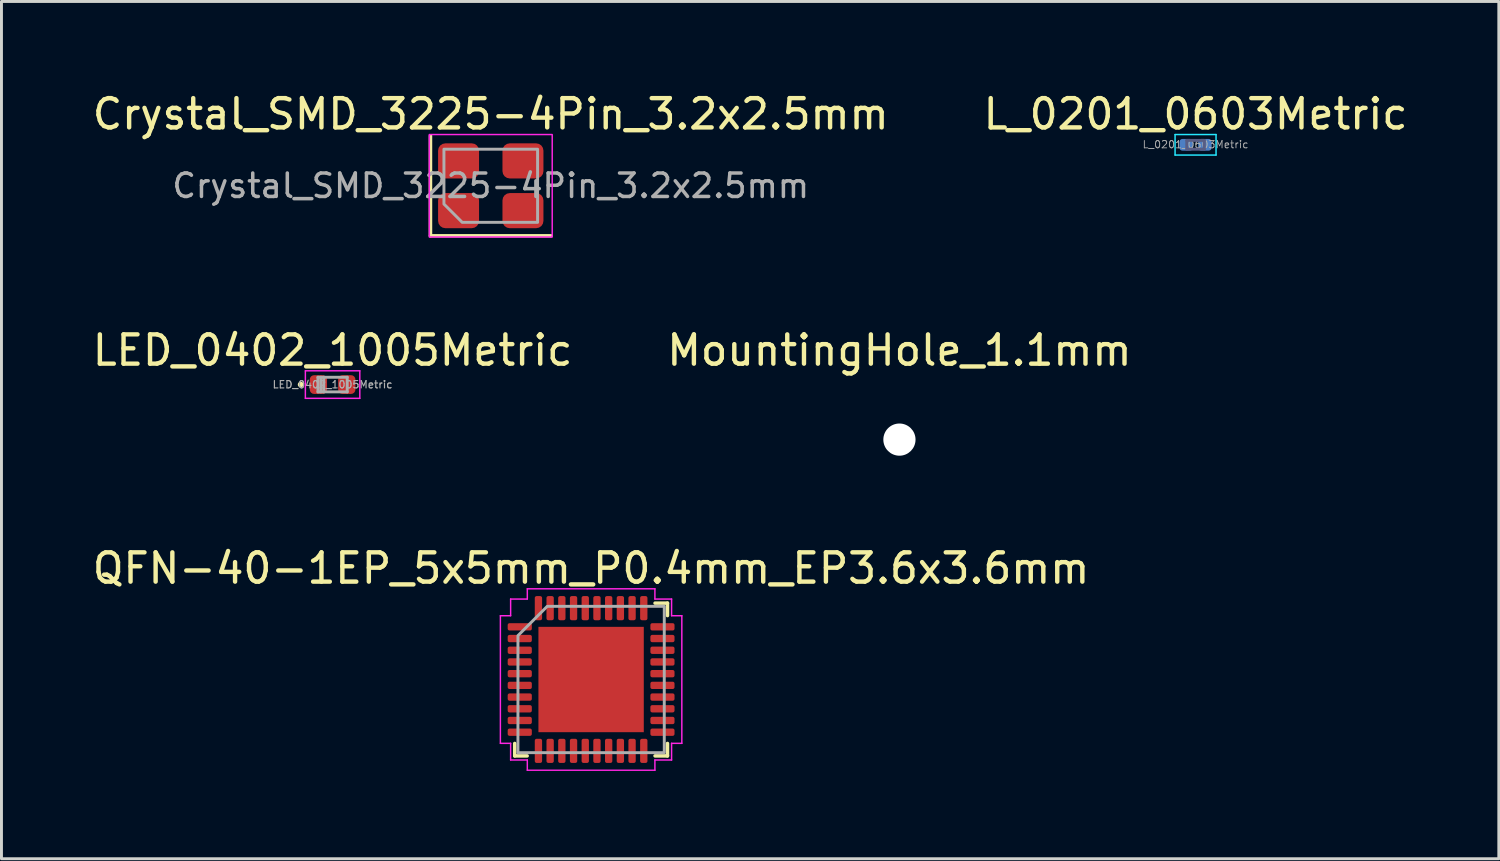
<source format=kicad_pcb>
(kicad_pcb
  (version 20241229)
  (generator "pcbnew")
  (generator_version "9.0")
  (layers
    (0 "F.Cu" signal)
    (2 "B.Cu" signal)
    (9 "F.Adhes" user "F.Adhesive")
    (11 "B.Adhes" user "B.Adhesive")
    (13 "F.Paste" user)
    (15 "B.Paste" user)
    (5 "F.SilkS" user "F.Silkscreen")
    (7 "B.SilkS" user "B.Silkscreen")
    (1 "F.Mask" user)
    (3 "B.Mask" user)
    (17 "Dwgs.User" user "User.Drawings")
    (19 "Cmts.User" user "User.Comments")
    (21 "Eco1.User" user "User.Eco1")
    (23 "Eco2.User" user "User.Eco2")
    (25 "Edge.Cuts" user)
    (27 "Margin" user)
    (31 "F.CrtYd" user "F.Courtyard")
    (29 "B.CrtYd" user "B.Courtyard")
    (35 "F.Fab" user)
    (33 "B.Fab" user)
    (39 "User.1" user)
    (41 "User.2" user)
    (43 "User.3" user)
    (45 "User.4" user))
  (footprint "QFN-40-1EP_5x5mm_P0.4mm_EP3.6x3.6mm"
    (layer "F.Cu")
    (at 17.149 20.17)
    (property "Reference" "QFN-40-1EP_5x5mm_P0.4mm_EP3.6x3.6mm" (at 0 -3.8 0) (layer "F.SilkS") (effects (font (size 1 1) (thickness 0.15))))
    (attr smd)
    (fp_line (start -2.61 2.61) (end -2.61 2.185) (stroke (width 0.12) (type solid)) (layer "F.SilkS"))
    (fp_line (start -2.185 2.61) (end -2.61 2.61) (stroke (width 0.12) (type solid)) (layer "F.SilkS"))
    (fp_line (start 2.185 -2.61) (end 2.61 -2.61) (stroke (width 0.12) (type solid)) (layer "F.SilkS"))
    (fp_line (start 2.61 -2.61) (end 2.61 -2.185) (stroke (width 0.12) (type solid)) (layer "F.SilkS"))
    (fp_line (start 2.61 2.185) (end 2.61 2.61) (stroke (width 0.12) (type solid)) (layer "F.SilkS"))
    (fp_line (start 2.61 2.61) (end 2.185 2.61) (stroke (width 0.12) (type solid)) (layer "F.SilkS"))
    (fp_line (start -3.1 -2.18) (end -2.75 -2.18) (stroke (width 0.05) (type solid)) (layer "F.CrtYd"))
    (fp_line (start -3.1 2.18) (end -3.1 -2.18) (stroke (width 0.05) (type solid)) (layer "F.CrtYd"))
    (fp_line (start -2.75 -2.75) (end -2.18 -2.75) (stroke (width 0.05) (type solid)) (layer "F.CrtYd"))
    (fp_line (start -2.75 -2.18) (end -2.75 -2.75) (stroke (width 0.05) (type solid)) (layer "F.CrtYd"))
    (fp_line (start -2.75 2.18) (end -3.1 2.18) (stroke (width 0.05) (type solid)) (layer "F.CrtYd"))
    (fp_line (start -2.75 2.75) (end -2.75 2.18) (stroke (width 0.05) (type solid)) (layer "F.CrtYd"))
    (fp_line (start -2.18 -3.1) (end 2.18 -3.1) (stroke (width 0.05) (type solid)) (layer "F.CrtYd"))
    (fp_line (start -2.18 -2.75) (end -2.18 -3.1) (stroke (width 0.05) (type solid)) (layer "F.CrtYd"))
    (fp_line (start -2.18 2.75) (end -2.75 2.75) (stroke (width 0.05) (type solid)) (layer "F.CrtYd"))
    (fp_line (start -2.18 3.1) (end -2.18 2.75) (stroke (width 0.05) (type solid)) (layer "F.CrtYd"))
    (fp_line (start 2.18 -3.1) (end 2.18 -2.75) (stroke (width 0.05) (type solid)) (layer "F.CrtYd"))
    (fp_line (start 2.18 -2.75) (end 2.75 -2.75) (stroke (width 0.05) (type solid)) (layer "F.CrtYd"))
    (fp_line (start 2.18 2.75) (end 2.18 3.1) (stroke (width 0.05) (type solid)) (layer "F.CrtYd"))
    (fp_line (start 2.18 3.1) (end -2.18 3.1) (stroke (width 0.05) (type solid)) (layer "F.CrtYd"))
    (fp_line (start 2.75 -2.75) (end 2.75 -2.18) (stroke (width 0.05) (type solid)) (layer "F.CrtYd"))
    (fp_line (start 2.75 -2.18) (end 3.1 -2.18) (stroke (width 0.05) (type solid)) (layer "F.CrtYd"))
    (fp_line (start 2.75 2.18) (end 2.75 2.75) (stroke (width 0.05) (type solid)) (layer "F.CrtYd"))
    (fp_line (start 2.75 2.75) (end 2.18 2.75) (stroke (width 0.05) (type solid)) (layer "F.CrtYd"))
    (fp_line (start 3.1 -2.18) (end 3.1 2.18) (stroke (width 0.05) (type solid)) (layer "F.CrtYd"))
    (fp_line (start 3.1 2.18) (end 2.75 2.18) (stroke (width 0.05) (type solid)) (layer "F.CrtYd"))
    (fp_poly (pts (xy -2.5 -1.5) (xy -2.5 2.5) (xy 2.5 2.5) (xy 2.5 -2.5) (xy -1.5 -2.5)) (stroke (width 0.1) (type solid)) (fill no) (layer "F.Fab"))
    (pad "" smd roundrect (at -1.2 -1.2) (size 0.97 0.97) (layers "F.Paste") (roundrect_rratio 0.25))
    (pad "" smd roundrect (at -1.2 0) (size 0.97 0.97) (layers "F.Paste") (roundrect_rratio 0.25))
    (pad "" smd roundrect (at -1.2 1.2) (size 0.97 0.97) (layers "F.Paste") (roundrect_rratio 0.25))
    (pad "" smd roundrect (at 0 -1.2) (size 0.97 0.97) (layers "F.Paste") (roundrect_rratio 0.25))
    (pad "" smd roundrect (at 0 0) (size 0.97 0.97) (layers "F.Paste") (roundrect_rratio 0.25))
    (pad "" smd roundrect (at 0 1.2) (size 0.97 0.97) (layers "F.Paste") (roundrect_rratio 0.25))
    (pad "" smd roundrect (at 1.2 -1.2) (size 0.97 0.97) (layers "F.Paste") (roundrect_rratio 0.25))
    (pad "" smd roundrect (at 1.2 0) (size 0.97 0.97) (layers "F.Paste") (roundrect_rratio 0.25))
    (pad "" smd roundrect (at 1.2 1.2) (size 0.97 0.97) (layers "F.Paste") (roundrect_rratio 0.25))
    (pad "1" smd roundrect (at -2.438 -1.8) (size 0.825 0.25) (layers "F.Cu" "F.Mask" "F.Paste") (roundrect_rratio 0.25))
    (pad "2" smd roundrect (at -2.438 -1.4) (size 0.825 0.25) (layers "F.Cu" "F.Mask" "F.Paste") (roundrect_rratio 0.25))
    (pad "3" smd roundrect (at -2.438 -1) (size 0.825 0.25) (layers "F.Cu" "F.Mask" "F.Paste") (roundrect_rratio 0.25))
    (pad "4" smd roundrect (at -2.438 -0.6) (size 0.825 0.25) (layers "F.Cu" "F.Mask" "F.Paste") (roundrect_rratio 0.25))
    (pad "5" smd roundrect (at -2.438 -0.2) (size 0.825 0.25) (layers "F.Cu" "F.Mask" "F.Paste") (roundrect_rratio 0.25))
    (pad "6" smd roundrect (at -2.438 0.2) (size 0.825 0.25) (layers "F.Cu" "F.Mask" "F.Paste") (roundrect_rratio 0.25))
    (pad "7" smd roundrect (at -2.438 0.6) (size 0.825 0.25) (layers "F.Cu" "F.Mask" "F.Paste") (roundrect_rratio 0.25))
    (pad "8" smd roundrect (at -2.438 1) (size 0.825 0.25) (layers "F.Cu" "F.Mask" "F.Paste") (roundrect_rratio 0.25))
    (pad "9" smd roundrect (at -2.438 1.4) (size 0.825 0.25) (layers "F.Cu" "F.Mask" "F.Paste") (roundrect_rratio 0.25))
    (pad "10" smd roundrect (at -2.438 1.8) (size 0.825 0.25) (layers "F.Cu" "F.Mask" "F.Paste") (roundrect_rratio 0.25))
    (pad "11" smd roundrect (at -1.8 2.438) (size 0.25 0.825) (layers "F.Cu" "F.Mask" "F.Paste") (roundrect_rratio 0.25))
    (pad "12" smd roundrect (at -1.4 2.438) (size 0.25 0.825) (layers "F.Cu" "F.Mask" "F.Paste") (roundrect_rratio 0.25))
    (pad "13" smd roundrect (at -1 2.438) (size 0.25 0.825) (layers "F.Cu" "F.Mask" "F.Paste") (roundrect_rratio 0.25))
    (pad "14" smd roundrect (at -0.6 2.438) (size 0.25 0.825) (layers "F.Cu" "F.Mask" "F.Paste") (roundrect_rratio 0.25))
    (pad "15" smd roundrect (at -0.2 2.438) (size 0.25 0.825) (layers "F.Cu" "F.Mask" "F.Paste") (roundrect_rratio 0.25))
    (pad "16" smd roundrect (at 0.2 2.438) (size 0.25 0.825) (layers "F.Cu" "F.Mask" "F.Paste") (roundrect_rratio 0.25))
    (pad "17" smd roundrect (at 0.6 2.438) (size 0.25 0.825) (layers "F.Cu" "F.Mask" "F.Paste") (roundrect_rratio 0.25))
    (pad "18" smd roundrect (at 1 2.438) (size 0.25 0.825) (layers "F.Cu" "F.Mask" "F.Paste") (roundrect_rratio 0.25))
    (pad "19" smd roundrect (at 1.4 2.438) (size 0.25 0.825) (layers "F.Cu" "F.Mask" "F.Paste") (roundrect_rratio 0.25))
    (pad "20" smd roundrect (at 1.8 2.438) (size 0.25 0.825) (layers "F.Cu" "F.Mask" "F.Paste") (roundrect_rratio 0.25))
    (pad "21" smd roundrect (at 2.438 1.8) (size 0.825 0.25) (layers "F.Cu" "F.Mask" "F.Paste") (roundrect_rratio 0.25))
    (pad "22" smd roundrect (at 2.438 1.4) (size 0.825 0.25) (layers "F.Cu" "F.Mask" "F.Paste") (roundrect_rratio 0.25))
    (pad "23" smd roundrect (at 2.438 1) (size 0.825 0.25) (layers "F.Cu" "F.Mask" "F.Paste") (roundrect_rratio 0.25))
    (pad "24" smd roundrect (at 2.438 0.6) (size 0.825 0.25) (layers "F.Cu" "F.Mask" "F.Paste") (roundrect_rratio 0.25))
    (pad "25" smd roundrect (at 2.438 0.2) (size 0.825 0.25) (layers "F.Cu" "F.Mask" "F.Paste") (roundrect_rratio 0.25))
    (pad "26" smd roundrect (at 2.438 -0.2) (size 0.825 0.25) (layers "F.Cu" "F.Mask" "F.Paste") (roundrect_rratio 0.25))
    (pad "27" smd roundrect (at 2.438 -0.6) (size 0.825 0.25) (layers "F.Cu" "F.Mask" "F.Paste") (roundrect_rratio 0.25))
    (pad "28" smd roundrect (at 2.438 -1) (size 0.825 0.25) (layers "F.Cu" "F.Mask" "F.Paste") (roundrect_rratio 0.25))
    (pad "29" smd roundrect (at 2.438 -1.4) (size 0.825 0.25) (layers "F.Cu" "F.Mask" "F.Paste") (roundrect_rratio 0.25))
    (pad "30" smd roundrect (at 2.438 -1.8) (size 0.825 0.25) (layers "F.Cu" "F.Mask" "F.Paste") (roundrect_rratio 0.25))
    (pad "31" smd roundrect (at 1.8 -2.438) (size 0.25 0.825) (layers "F.Cu" "F.Mask" "F.Paste") (roundrect_rratio 0.25))
    (pad "32" smd roundrect (at 1.4 -2.438) (size 0.25 0.825) (layers "F.Cu" "F.Mask" "F.Paste") (roundrect_rratio 0.25))
    (pad "33" smd roundrect (at 1 -2.438) (size 0.25 0.825) (layers "F.Cu" "F.Mask" "F.Paste") (roundrect_rratio 0.25))
    (pad "34" smd roundrect (at 0.6 -2.438) (size 0.25 0.825) (layers "F.Cu" "F.Mask" "F.Paste") (roundrect_rratio 0.25))
    (pad "35" smd roundrect (at 0.2 -2.438) (size 0.25 0.825) (layers "F.Cu" "F.Mask" "F.Paste") (roundrect_rratio 0.25))
    (pad "36" smd roundrect (at -0.2 -2.438) (size 0.25 0.825) (layers "F.Cu" "F.Mask" "F.Paste") (roundrect_rratio 0.25))
    (pad "37" smd roundrect (at -0.6 -2.438) (size 0.25 0.825) (layers "F.Cu" "F.Mask" "F.Paste") (roundrect_rratio 0.25))
    (pad "38" smd roundrect (at -1 -2.438) (size 0.25 0.825) (layers "F.Cu" "F.Mask" "F.Paste") (roundrect_rratio 0.25))
    (pad "39" smd roundrect (at -1.4 -2.438) (size 0.25 0.825) (layers "F.Cu" "F.Mask" "F.Paste") (roundrect_rratio 0.25))
    (pad "40" smd roundrect (at -1.8 -2.438) (size 0.25 0.825) (layers "F.Cu" "F.Mask" "F.Paste") (roundrect_rratio 0.25))
    (pad "41" smd rect (at 0 0) (size 3.6 3.6) (property pad_prop_heatsink) (layers "F.Cu" "F.Mask")))
  (footprint "L_0201_0603Metric"
    (layer "F.Cu")
    (at 37.804 1.898)
    (property "Reference" "L_0201_0603Metric" (at 0 -1.05 0) (layer "F.SilkS") (effects (font (size 1 1) (thickness 0.15))))
    (attr smd)
    (fp_line (start -0.7 -0.35) (end -0.7 0.35) (stroke (width 0.05) (type solid)) (layer "B.CrtYd"))
    (fp_line (start -0.7 0.35) (end 0.7 0.35) (stroke (width 0.05) (type solid)) (layer "B.CrtYd"))
    (fp_line (start 0.7 -0.35) (end -0.7 -0.35) (stroke (width 0.05) (type solid)) (layer "B.CrtYd"))
    (fp_line (start 0.7 0.35) (end 0.7 -0.35) (stroke (width 0.05) (type solid)) (layer "B.CrtYd"))
    (fp_line (start -0.3 -0.15) (end -0.3 0.15) (stroke (width 0.1) (type solid)) (layer "B.Fab"))
    (fp_line (start -0.3 0.15) (end 0.3 0.15) (stroke (width 0.1) (type solid)) (layer "B.Fab"))
    (fp_line (start 0.3 -0.15) (end -0.3 -0.15) (stroke (width 0.1) (type solid)) (layer "B.Fab"))
    (fp_line (start 0.3 0.15) (end 0.3 -0.15) (stroke (width 0.1) (type solid)) (layer "B.Fab"))
    (fp_text user "${REFERENCE}" (at 0 -0.01 0) (layer "F.Fab") (effects (font (size 0.25 0.25) (thickness 0.031))))
    (pad "" smd roundrect (at -0.345 0) (size 0.318 0.36) (layers "B.Paste") (roundrect_rratio 0.25))
    (pad "" smd roundrect (at 0.345 0) (size 0.318 0.36) (layers "B.Paste") (roundrect_rratio 0.25))
    (pad "1" smd roundrect (at 0.32 0) (size 0.46 0.4) (layers "B.Cu" "B.Mask") (roundrect_rratio 0.25))
    (pad "2" smd roundrect (at -0.32 0) (size 0.46 0.4) (layers "B.Cu" "B.Mask") (roundrect_rratio 0.25)))
  (footprint "Crystal_SMD_3225-4Pin_3.2x2.5mm"
    (layer "F.Cu")
    (at 13.72 3.298)
    (property "Reference" "Crystal_SMD_3225-4Pin_3.2x2.5mm" (at 0 -2.45 0) (layer "F.SilkS") (effects (font (size 1 1) (thickness 0.15))))
    (attr smd)
    (fp_line (start -2.06 -1.71) (end -2.06 1.71) (stroke (width 0.12) (type solid)) (layer "F.SilkS"))
    (fp_line (start -2.06 1.71) (end 2.06 1.71) (stroke (width 0.12) (type solid)) (layer "F.SilkS"))
    (fp_rect (start -2.1 -1.75) (end 2.1 1.75) (stroke (width 0.05) (type solid)) (fill no) (layer "F.CrtYd"))
    (fp_poly (pts (xy -1.6 -1.25) (xy -1.6 0.625) (xy -0.975 1.25) (xy 1.6 1.25) (xy 1.6 -1.25)) (stroke (width 0.1) (type solid)) (fill no) (layer "F.Fab"))
    (fp_text user "${REFERENCE}" (at 0 0 0) (layer "F.Fab") (effects (font (size 0.8 0.8) (thickness 0.12))))
    (pad "1" smd roundrect (at -1.1 0.85) (size 1.4 1.2) (layers "F.Cu" "F.Mask" "F.Paste") (roundrect_rratio 0.208))
    (pad "2" smd roundrect (at 1.1 0.85) (size 1.4 1.2) (layers "F.Cu" "F.Mask" "F.Paste") (roundrect_rratio 0.208))
    (pad "3" smd roundrect (at 1.1 -0.85) (size 1.4 1.2) (layers "F.Cu" "F.Mask" "F.Paste") (roundrect_rratio 0.208))
    (pad "4" smd roundrect (at -1.1 -0.85) (size 1.4 1.2) (layers "F.Cu" "F.Mask" "F.Paste") (roundrect_rratio 0.208)))
  (footprint "LED_0402_1005Metric"
    (layer "F.Cu")
    (at 8.315 10.091)
    (property "Reference" "LED_0402_1005Metric" (at 0 -1.17 0) (layer "F.SilkS") (effects (font (size 1 1) (thickness 0.15))))
    (attr smd)
    (fp_circle (center -1.09 0) (end -1.04 0) (stroke (width 0.1) (type solid)) (fill no) (layer "F.SilkS"))
    (fp_line (start -0.93 -0.47) (end 0.93 -0.47) (stroke (width 0.05) (type solid)) (layer "F.CrtYd"))
    (fp_line (start -0.93 0.47) (end -0.93 -0.47) (stroke (width 0.05) (type solid)) (layer "F.CrtYd"))
    (fp_line (start 0.93 -0.47) (end 0.93 0.47) (stroke (width 0.05) (type solid)) (layer "F.CrtYd"))
    (fp_line (start 0.93 0.47) (end -0.93 0.47) (stroke (width 0.05) (type solid)) (layer "F.CrtYd"))
    (fp_line (start -0.5 -0.25) (end 0.5 -0.25) (stroke (width 0.1) (type solid)) (layer "F.Fab"))
    (fp_line (start -0.5 0.25) (end -0.5 -0.25) (stroke (width 0.1) (type solid)) (layer "F.Fab"))
    (fp_line (start -0.4 0.25) (end -0.4 -0.25) (stroke (width 0.1) (type solid)) (layer "F.Fab"))
    (fp_line (start -0.3 0.25) (end -0.3 -0.25) (stroke (width 0.1) (type solid)) (layer "F.Fab"))
    (fp_line (start 0.5 -0.25) (end 0.5 0.25) (stroke (width 0.1) (type solid)) (layer "F.Fab"))
    (fp_line (start 0.5 0.25) (end -0.5 0.25) (stroke (width 0.1) (type solid)) (layer "F.Fab"))
    (fp_text user "${REFERENCE}" (at 0 0 0) (layer "F.Fab") (effects (font (size 0.25 0.25) (thickness 0.04))))
    (pad "1" smd roundrect (at -0.485 0) (size 0.59 0.64) (layers "F.Cu" "F.Mask" "F.Paste") (roundrect_rratio 0.25))
    (pad "2" smd roundrect (at 0.485 0) (size 0.59 0.64) (layers "F.Cu" "F.Mask" "F.Paste") (roundrect_rratio 0.25)))
  (footprint "MountingHole_1.1mm"
    (layer "F.Cu")
    (at 27.685 11.972)
    (property "Reference" "MountingHole_1.1mm" (at 0 -3.05 0) (layer "F.SilkS") (effects (font (size 1 1) (thickness 0.15))))
    (attr exclude_from_pos_files exclude_from_bom)
    (pad "" np_thru_hole circle (at 0 0) (size 1.1 1.1) (drill 1.1) (layers "*.Cu" "*.Mask")))
  (gr_rect
    (start -3 -3)
    (end 48.167 26.295)
    (stroke (width 0.1) (type default))
    (fill no)
    (layer "Edge.Cuts")))
</source>
